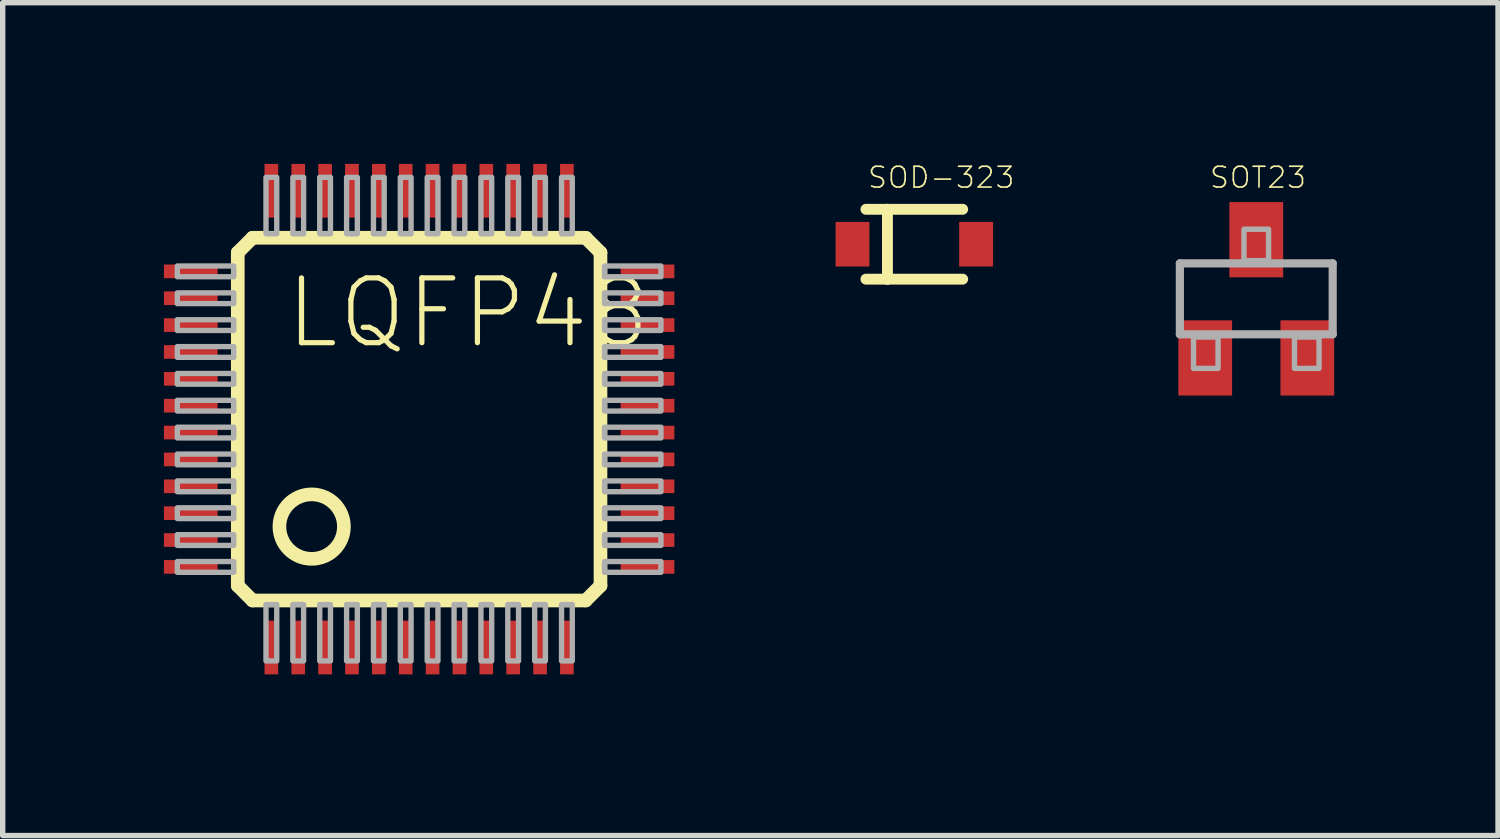
<source format=kicad_pcb>
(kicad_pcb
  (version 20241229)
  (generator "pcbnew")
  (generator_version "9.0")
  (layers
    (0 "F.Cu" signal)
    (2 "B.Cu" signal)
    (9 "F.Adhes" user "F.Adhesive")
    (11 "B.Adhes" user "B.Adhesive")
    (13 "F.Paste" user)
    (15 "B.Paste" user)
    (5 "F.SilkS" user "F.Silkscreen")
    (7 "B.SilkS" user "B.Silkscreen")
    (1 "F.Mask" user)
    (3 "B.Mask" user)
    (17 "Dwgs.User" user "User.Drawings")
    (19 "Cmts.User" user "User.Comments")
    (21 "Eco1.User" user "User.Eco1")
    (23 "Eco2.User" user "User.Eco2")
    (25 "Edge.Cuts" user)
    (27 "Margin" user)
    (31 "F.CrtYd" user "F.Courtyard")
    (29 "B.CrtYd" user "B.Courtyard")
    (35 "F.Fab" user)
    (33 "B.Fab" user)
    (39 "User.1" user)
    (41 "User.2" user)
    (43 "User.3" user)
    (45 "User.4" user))
  (footprint "SOD-323"
    (layer "F.Cu")
    (at 13.965 1.495)
    (property "Reference" "SOD-323" (at -0.889 -1.016 180) (layer "F.SilkS") (effects (font (size 0.386 0.386) (thickness 0.031)) (justify left bottom)))
    (attr through_hole)
    (fp_line (start -0.9 -0.65) (end -0.5 -0.65) (stroke (width 0.203) (type solid)) (layer "F.SilkS"))
    (fp_line (start -0.9 0.65) (end -0.5 0.65) (stroke (width 0.203) (type solid)) (layer "F.SilkS"))
    (fp_line (start -0.5 -0.65) (end -0.5 0.65) (stroke (width 0.203) (type solid)) (layer "F.SilkS"))
    (fp_line (start -0.5 -0.65) (end 0.9 -0.65) (stroke (width 0.203) (type solid)) (layer "F.SilkS"))
    (fp_line (start -0.5 0.65) (end 0.9 0.65) (stroke (width 0.203) (type solid)) (layer "F.SilkS"))
    (pad "1" smd rect (at -1.15 0) (size 0.63 0.83) (layers "F.Cu" "F.Mask" "F.Paste"))
    (pad "2" smd rect (at 1.15 0) (size 0.63 0.83) (layers "F.Cu" "F.Mask" "F.Paste")))
  (footprint "LQFP48"
    (layer "F.Cu")
    (at 4.75 4.75)
    (property "Reference" "LQFP48" (at -2.54 -1.27 0) (layer "F.SilkS") (effects (font (size 1.206 1.206) (thickness 0.097)) (justify left bottom)))
    (attr through_hole)
    (fp_line (start -3.375 -3.1) (end -3.1 -3.375) (stroke (width 0.254) (type solid)) (layer "F.SilkS"))
    (fp_line (start -3.375 3.1) (end -3.375 -3.1) (stroke (width 0.254) (type solid)) (layer "F.SilkS"))
    (fp_line (start -3.1 -3.375) (end 3.1 -3.375) (stroke (width 0.254) (type solid)) (layer "F.SilkS"))
    (fp_line (start -3.1 3.375) (end -3.375 3.1) (stroke (width 0.254) (type solid)) (layer "F.SilkS"))
    (fp_line (start 3.1 -3.375) (end 3.375 -3.1) (stroke (width 0.254) (type solid)) (layer "F.SilkS"))
    (fp_line (start 3.1 3.375) (end -3.1 3.375) (stroke (width 0.254) (type solid)) (layer "F.SilkS"))
    (fp_line (start 3.375 -3.1) (end 3.375 3.1) (stroke (width 0.254) (type solid)) (layer "F.SilkS"))
    (fp_line (start 3.375 3.1) (end 3.1 3.375) (stroke (width 0.254) (type solid)) (layer "F.SilkS"))
    (fp_circle (center -2 2) (end -1.4 2) (stroke (width 0.254) (type solid)) (fill no) (layer "F.SilkS"))
    (fp_poly (pts (xy -4.5 -2.65) (xy -3.45 -2.65) (xy -3.45 -2.85) (xy -4.5 -2.85)) (stroke (width 0.1) (type solid)) (fill no) (layer "F.Fab"))
    (fp_poly (pts (xy -4.5 -2.15) (xy -3.45 -2.15) (xy -3.45 -2.35) (xy -4.5 -2.35)) (stroke (width 0.1) (type solid)) (fill no) (layer "F.Fab"))
    (fp_poly (pts (xy -4.5 -1.65) (xy -3.45 -1.65) (xy -3.45 -1.85) (xy -4.5 -1.85)) (stroke (width 0.1) (type solid)) (fill no) (layer "F.Fab"))
    (fp_poly (pts (xy -4.5 -1.15) (xy -3.45 -1.15) (xy -3.45 -1.35) (xy -4.5 -1.35)) (stroke (width 0.1) (type solid)) (fill no) (layer "F.Fab"))
    (fp_poly (pts (xy -4.5 -0.65) (xy -3.45 -0.65) (xy -3.45 -0.85) (xy -4.5 -0.85)) (stroke (width 0.1) (type solid)) (fill no) (layer "F.Fab"))
    (fp_poly (pts (xy -4.5 -0.15) (xy -3.45 -0.15) (xy -3.45 -0.35) (xy -4.5 -0.35)) (stroke (width 0.1) (type solid)) (fill no) (layer "F.Fab"))
    (fp_poly (pts (xy -4.5 0.35) (xy -3.45 0.35) (xy -3.45 0.15) (xy -4.5 0.15)) (stroke (width 0.1) (type solid)) (fill no) (layer "F.Fab"))
    (fp_poly (pts (xy -4.5 0.85) (xy -3.45 0.85) (xy -3.45 0.65) (xy -4.5 0.65)) (stroke (width 0.1) (type solid)) (fill no) (layer "F.Fab"))
    (fp_poly (pts (xy -4.5 1.35) (xy -3.45 1.35) (xy -3.45 1.15) (xy -4.5 1.15)) (stroke (width 0.1) (type solid)) (fill no) (layer "F.Fab"))
    (fp_poly (pts (xy -4.5 1.85) (xy -3.45 1.85) (xy -3.45 1.65) (xy -4.5 1.65)) (stroke (width 0.1) (type solid)) (fill no) (layer "F.Fab"))
    (fp_poly (pts (xy -4.5 2.35) (xy -3.45 2.35) (xy -3.45 2.15) (xy -4.5 2.15)) (stroke (width 0.1) (type solid)) (fill no) (layer "F.Fab"))
    (fp_poly (pts (xy -4.5 2.85) (xy -3.45 2.85) (xy -3.45 2.65) (xy -4.5 2.65)) (stroke (width 0.1) (type solid)) (fill no) (layer "F.Fab"))
    (fp_poly (pts (xy -2.85 -3.45) (xy -2.65 -3.45) (xy -2.65 -4.5) (xy -2.85 -4.5)) (stroke (width 0.1) (type solid)) (fill no) (layer "F.Fab"))
    (fp_poly (pts (xy -2.85 4.5) (xy -2.65 4.5) (xy -2.65 3.45) (xy -2.85 3.45)) (stroke (width 0.1) (type solid)) (fill no) (layer "F.Fab"))
    (fp_poly (pts (xy -2.35 -3.45) (xy -2.15 -3.45) (xy -2.15 -4.5) (xy -2.35 -4.5)) (stroke (width 0.1) (type solid)) (fill no) (layer "F.Fab"))
    (fp_poly (pts (xy -2.35 4.5) (xy -2.15 4.5) (xy -2.15 3.45) (xy -2.35 3.45)) (stroke (width 0.1) (type solid)) (fill no) (layer "F.Fab"))
    (fp_poly (pts (xy -1.85 -3.45) (xy -1.65 -3.45) (xy -1.65 -4.5) (xy -1.85 -4.5)) (stroke (width 0.1) (type solid)) (fill no) (layer "F.Fab"))
    (fp_poly (pts (xy -1.85 4.5) (xy -1.65 4.5) (xy -1.65 3.45) (xy -1.85 3.45)) (stroke (width 0.1) (type solid)) (fill no) (layer "F.Fab"))
    (fp_poly (pts (xy -1.35 -3.45) (xy -1.15 -3.45) (xy -1.15 -4.5) (xy -1.35 -4.5)) (stroke (width 0.1) (type solid)) (fill no) (layer "F.Fab"))
    (fp_poly (pts (xy -1.35 4.5) (xy -1.15 4.5) (xy -1.15 3.45) (xy -1.35 3.45)) (stroke (width 0.1) (type solid)) (fill no) (layer "F.Fab"))
    (fp_poly (pts (xy -0.85 -3.45) (xy -0.65 -3.45) (xy -0.65 -4.5) (xy -0.85 -4.5)) (stroke (width 0.1) (type solid)) (fill no) (layer "F.Fab"))
    (fp_poly (pts (xy -0.85 4.5) (xy -0.65 4.5) (xy -0.65 3.45) (xy -0.85 3.45)) (stroke (width 0.1) (type solid)) (fill no) (layer "F.Fab"))
    (fp_poly (pts (xy -0.35 -3.45) (xy -0.15 -3.45) (xy -0.15 -4.5) (xy -0.35 -4.5)) (stroke (width 0.1) (type solid)) (fill no) (layer "F.Fab"))
    (fp_poly (pts (xy -0.35 4.5) (xy -0.15 4.5) (xy -0.15 3.45) (xy -0.35 3.45)) (stroke (width 0.1) (type solid)) (fill no) (layer "F.Fab"))
    (fp_poly (pts (xy 0.15 -3.45) (xy 0.35 -3.45) (xy 0.35 -4.5) (xy 0.15 -4.5)) (stroke (width 0.1) (type solid)) (fill no) (layer "F.Fab"))
    (fp_poly (pts (xy 0.15 4.5) (xy 0.35 4.5) (xy 0.35 3.45) (xy 0.15 3.45)) (stroke (width 0.1) (type solid)) (fill no) (layer "F.Fab"))
    (fp_poly (pts (xy 0.65 -3.45) (xy 0.85 -3.45) (xy 0.85 -4.5) (xy 0.65 -4.5)) (stroke (width 0.1) (type solid)) (fill no) (layer "F.Fab"))
    (fp_poly (pts (xy 0.65 4.5) (xy 0.85 4.5) (xy 0.85 3.45) (xy 0.65 3.45)) (stroke (width 0.1) (type solid)) (fill no) (layer "F.Fab"))
    (fp_poly (pts (xy 1.15 -3.45) (xy 1.35 -3.45) (xy 1.35 -4.5) (xy 1.15 -4.5)) (stroke (width 0.1) (type solid)) (fill no) (layer "F.Fab"))
    (fp_poly (pts (xy 1.15 4.5) (xy 1.35 4.5) (xy 1.35 3.45) (xy 1.15 3.45)) (stroke (width 0.1) (type solid)) (fill no) (layer "F.Fab"))
    (fp_poly (pts (xy 1.65 -3.45) (xy 1.85 -3.45) (xy 1.85 -4.5) (xy 1.65 -4.5)) (stroke (width 0.1) (type solid)) (fill no) (layer "F.Fab"))
    (fp_poly (pts (xy 1.65 4.5) (xy 1.85 4.5) (xy 1.85 3.45) (xy 1.65 3.45)) (stroke (width 0.1) (type solid)) (fill no) (layer "F.Fab"))
    (fp_poly (pts (xy 2.15 -3.45) (xy 2.35 -3.45) (xy 2.35 -4.5) (xy 2.15 -4.5)) (stroke (width 0.1) (type solid)) (fill no) (layer "F.Fab"))
    (fp_poly (pts (xy 2.15 4.5) (xy 2.35 4.5) (xy 2.35 3.45) (xy 2.15 3.45)) (stroke (width 0.1) (type solid)) (fill no) (layer "F.Fab"))
    (fp_poly (pts (xy 2.65 -3.45) (xy 2.85 -3.45) (xy 2.85 -4.5) (xy 2.65 -4.5)) (stroke (width 0.1) (type solid)) (fill no) (layer "F.Fab"))
    (fp_poly (pts (xy 2.65 4.5) (xy 2.85 4.5) (xy 2.85 3.45) (xy 2.65 3.45)) (stroke (width 0.1) (type solid)) (fill no) (layer "F.Fab"))
    (fp_poly (pts (xy 3.45 -2.65) (xy 4.5 -2.65) (xy 4.5 -2.85) (xy 3.45 -2.85)) (stroke (width 0.1) (type solid)) (fill no) (layer "F.Fab"))
    (fp_poly (pts (xy 3.45 -2.15) (xy 4.5 -2.15) (xy 4.5 -2.35) (xy 3.45 -2.35)) (stroke (width 0.1) (type solid)) (fill no) (layer "F.Fab"))
    (fp_poly (pts (xy 3.45 -1.65) (xy 4.5 -1.65) (xy 4.5 -1.85) (xy 3.45 -1.85)) (stroke (width 0.1) (type solid)) (fill no) (layer "F.Fab"))
    (fp_poly (pts (xy 3.45 -1.15) (xy 4.5 -1.15) (xy 4.5 -1.35) (xy 3.45 -1.35)) (stroke (width 0.1) (type solid)) (fill no) (layer "F.Fab"))
    (fp_poly (pts (xy 3.45 -0.65) (xy 4.5 -0.65) (xy 4.5 -0.85) (xy 3.45 -0.85)) (stroke (width 0.1) (type solid)) (fill no) (layer "F.Fab"))
    (fp_poly (pts (xy 3.45 -0.15) (xy 4.5 -0.15) (xy 4.5 -0.35) (xy 3.45 -0.35)) (stroke (width 0.1) (type solid)) (fill no) (layer "F.Fab"))
    (fp_poly (pts (xy 3.45 0.35) (xy 4.5 0.35) (xy 4.5 0.15) (xy 3.45 0.15)) (stroke (width 0.1) (type solid)) (fill no) (layer "F.Fab"))
    (fp_poly (pts (xy 3.45 0.85) (xy 4.5 0.85) (xy 4.5 0.65) (xy 3.45 0.65)) (stroke (width 0.1) (type solid)) (fill no) (layer "F.Fab"))
    (fp_poly (pts (xy 3.45 1.35) (xy 4.5 1.35) (xy 4.5 1.15) (xy 3.45 1.15)) (stroke (width 0.1) (type solid)) (fill no) (layer "F.Fab"))
    (fp_poly (pts (xy 3.45 1.85) (xy 4.5 1.85) (xy 4.5 1.65) (xy 3.45 1.65)) (stroke (width 0.1) (type solid)) (fill no) (layer "F.Fab"))
    (fp_poly (pts (xy 3.45 2.35) (xy 4.5 2.35) (xy 4.5 2.15) (xy 3.45 2.15)) (stroke (width 0.1) (type solid)) (fill no) (layer "F.Fab"))
    (fp_poly (pts (xy 3.45 2.85) (xy 4.5 2.85) (xy 4.5 2.65) (xy 3.45 2.65)) (stroke (width 0.1) (type solid)) (fill no) (layer "F.Fab"))
    (pad "1" smd rect (at -2.75 4.25) (size 0.254 1) (layers "F.Cu" "F.Mask" "F.Paste"))
    (pad "2" smd rect (at -2.25 4.25) (size 0.254 1) (layers "F.Cu" "F.Mask" "F.Paste"))
    (pad "3" smd rect (at -1.75 4.25) (size 0.254 1) (layers "F.Cu" "F.Mask" "F.Paste"))
    (pad "4" smd rect (at -1.25 4.25) (size 0.254 1) (layers "F.Cu" "F.Mask" "F.Paste"))
    (pad "5" smd rect (at -0.75 4.25) (size 0.254 1) (layers "F.Cu" "F.Mask" "F.Paste"))
    (pad "6" smd rect (at -0.25 4.25) (size 0.254 1) (layers "F.Cu" "F.Mask" "F.Paste"))
    (pad "7" smd rect (at 0.25 4.25) (size 0.254 1) (layers "F.Cu" "F.Mask" "F.Paste"))
    (pad "8" smd rect (at 0.75 4.25) (size 0.254 1) (layers "F.Cu" "F.Mask" "F.Paste"))
    (pad "9" smd rect (at 1.25 4.25) (size 0.254 1) (layers "F.Cu" "F.Mask" "F.Paste"))
    (pad "10" smd rect (at 1.75 4.25) (size 0.254 1) (layers "F.Cu" "F.Mask" "F.Paste"))
    (pad "11" smd rect (at 2.25 4.25) (size 0.254 1) (layers "F.Cu" "F.Mask" "F.Paste"))
    (pad "12" smd rect (at 2.75 4.25) (size 0.254 1) (layers "F.Cu" "F.Mask" "F.Paste"))
    (pad "13" smd rect (at 4.25 2.75) (size 1 0.254) (layers "F.Cu" "F.Mask" "F.Paste"))
    (pad "14" smd rect (at 4.25 2.25) (size 1 0.254) (layers "F.Cu" "F.Mask" "F.Paste"))
    (pad "15" smd rect (at 4.25 1.75) (size 1 0.254) (layers "F.Cu" "F.Mask" "F.Paste"))
    (pad "16" smd rect (at 4.25 1.25) (size 1 0.254) (layers "F.Cu" "F.Mask" "F.Paste"))
    (pad "17" smd rect (at 4.25 0.75) (size 1 0.254) (layers "F.Cu" "F.Mask" "F.Paste"))
    (pad "18" smd rect (at 4.25 0.25) (size 1 0.254) (layers "F.Cu" "F.Mask" "F.Paste"))
    (pad "19" smd rect (at 4.25 -0.25) (size 1 0.254) (layers "F.Cu" "F.Mask" "F.Paste"))
    (pad "20" smd rect (at 4.25 -0.75) (size 1 0.254) (layers "F.Cu" "F.Mask" "F.Paste"))
    (pad "21" smd rect (at 4.25 -1.25) (size 1 0.254) (layers "F.Cu" "F.Mask" "F.Paste"))
    (pad "22" smd rect (at 4.25 -1.75) (size 1 0.254) (layers "F.Cu" "F.Mask" "F.Paste"))
    (pad "23" smd rect (at 4.25 -2.25) (size 1 0.254) (layers "F.Cu" "F.Mask" "F.Paste"))
    (pad "24" smd rect (at 4.25 -2.75) (size 1 0.254) (layers "F.Cu" "F.Mask" "F.Paste"))
    (pad "25" smd rect (at 2.75 -4.25) (size 0.254 1) (layers "F.Cu" "F.Mask" "F.Paste"))
    (pad "26" smd rect (at 2.25 -4.25) (size 0.254 1) (layers "F.Cu" "F.Mask" "F.Paste"))
    (pad "27" smd rect (at 1.75 -4.25) (size 0.254 1) (layers "F.Cu" "F.Mask" "F.Paste"))
    (pad "28" smd rect (at 1.25 -4.25) (size 0.254 1) (layers "F.Cu" "F.Mask" "F.Paste"))
    (pad "29" smd rect (at 0.75 -4.25) (size 0.254 1) (layers "F.Cu" "F.Mask" "F.Paste"))
    (pad "30" smd rect (at 0.25 -4.25) (size 0.254 1) (layers "F.Cu" "F.Mask" "F.Paste"))
    (pad "31" smd rect (at -0.25 -4.25) (size 0.254 1) (layers "F.Cu" "F.Mask" "F.Paste"))
    (pad "32" smd rect (at -0.75 -4.25) (size 0.254 1) (layers "F.Cu" "F.Mask" "F.Paste"))
    (pad "33" smd rect (at -1.25 -4.25) (size 0.254 1) (layers "F.Cu" "F.Mask" "F.Paste"))
    (pad "34" smd rect (at -1.75 -4.25) (size 0.254 1) (layers "F.Cu" "F.Mask" "F.Paste"))
    (pad "35" smd rect (at -2.25 -4.25) (size 0.254 1) (layers "F.Cu" "F.Mask" "F.Paste"))
    (pad "36" smd rect (at -2.75 -4.25) (size 0.254 1) (layers "F.Cu" "F.Mask" "F.Paste"))
    (pad "37" smd rect (at -4.25 -2.75) (size 1 0.254) (layers "F.Cu" "F.Mask" "F.Paste"))
    (pad "38" smd rect (at -4.25 -2.25) (size 1 0.254) (layers "F.Cu" "F.Mask" "F.Paste"))
    (pad "39" smd rect (at -4.25 -1.75) (size 1 0.254) (layers "F.Cu" "F.Mask" "F.Paste"))
    (pad "40" smd rect (at -4.25 -1.25) (size 1 0.254) (layers "F.Cu" "F.Mask" "F.Paste"))
    (pad "41" smd rect (at -4.25 -0.75) (size 1 0.254) (layers "F.Cu" "F.Mask" "F.Paste"))
    (pad "42" smd rect (at -4.25 -0.25) (size 1 0.254) (layers "F.Cu" "F.Mask" "F.Paste"))
    (pad "43" smd rect (at -4.25 0.25) (size 1 0.254) (layers "F.Cu" "F.Mask" "F.Paste"))
    (pad "44" smd rect (at -4.25 0.75) (size 1 0.254) (layers "F.Cu" "F.Mask" "F.Paste"))
    (pad "45" smd rect (at -4.25 1.25) (size 1 0.254) (layers "F.Cu" "F.Mask" "F.Paste"))
    (pad "46" smd rect (at -4.25 1.75) (size 1 0.254) (layers "F.Cu" "F.Mask" "F.Paste"))
    (pad "47" smd rect (at -4.25 2.25) (size 1 0.254) (layers "F.Cu" "F.Mask" "F.Paste"))
    (pad "48" smd rect (at -4.25 2.75) (size 1 0.254) (layers "F.Cu" "F.Mask" "F.Paste")))
  (footprint "SOT23"
    (layer "F.Cu")
    (at 20.329 2.511)
    (property "Reference" "SOT23" (at -0.889 -2.032 180) (layer "F.SilkS") (effects (font (size 0.386 0.386) (thickness 0.031)) (justify left bottom)))
    (attr through_hole)
    (fp_line (start -1.422 -0.66) (end 1.422 -0.66) (stroke (width 0.152) (type solid)) (layer "F.Fab"))
    (fp_line (start -1.422 0.66) (end -1.422 -0.66) (stroke (width 0.152) (type solid)) (layer "F.Fab"))
    (fp_line (start 1.422 -0.66) (end 1.422 0.66) (stroke (width 0.152) (type solid)) (layer "F.Fab"))
    (fp_line (start 1.422 0.66) (end -1.422 0.66) (stroke (width 0.152) (type solid)) (layer "F.Fab"))
    (fp_poly (pts (xy -1.168 1.295) (xy -0.711 1.295) (xy -0.711 0.711) (xy -1.168 0.711)) (stroke (width 0.1) (type solid)) (fill no) (layer "F.Fab"))
    (fp_poly (pts (xy -0.229 -0.711) (xy 0.229 -0.711) (xy 0.229 -1.295) (xy -0.229 -1.295)) (stroke (width 0.1) (type solid)) (fill no) (layer "F.Fab"))
    (fp_poly (pts (xy 0.711 1.295) (xy 1.168 1.295) (xy 1.168 0.711) (xy 0.711 0.711)) (stroke (width 0.1) (type solid)) (fill no) (layer "F.Fab"))
    (pad "1" smd rect (at -0.95 1.1) (size 1 1.4) (layers "F.Cu" "F.Mask" "F.Paste"))
    (pad "2" smd rect (at 0.95 1.1) (size 1 1.4) (layers "F.Cu" "F.Mask" "F.Paste"))
    (pad "3" smd rect (at 0 -1.1) (size 1 1.4) (layers "F.Cu" "F.Mask" "F.Paste")))
  (gr_rect
    (start -3 -3)
    (end 24.828 12.5)
    (stroke (width 0.1) (type default))
    (fill no)
    (layer "Edge.Cuts")))
</source>
